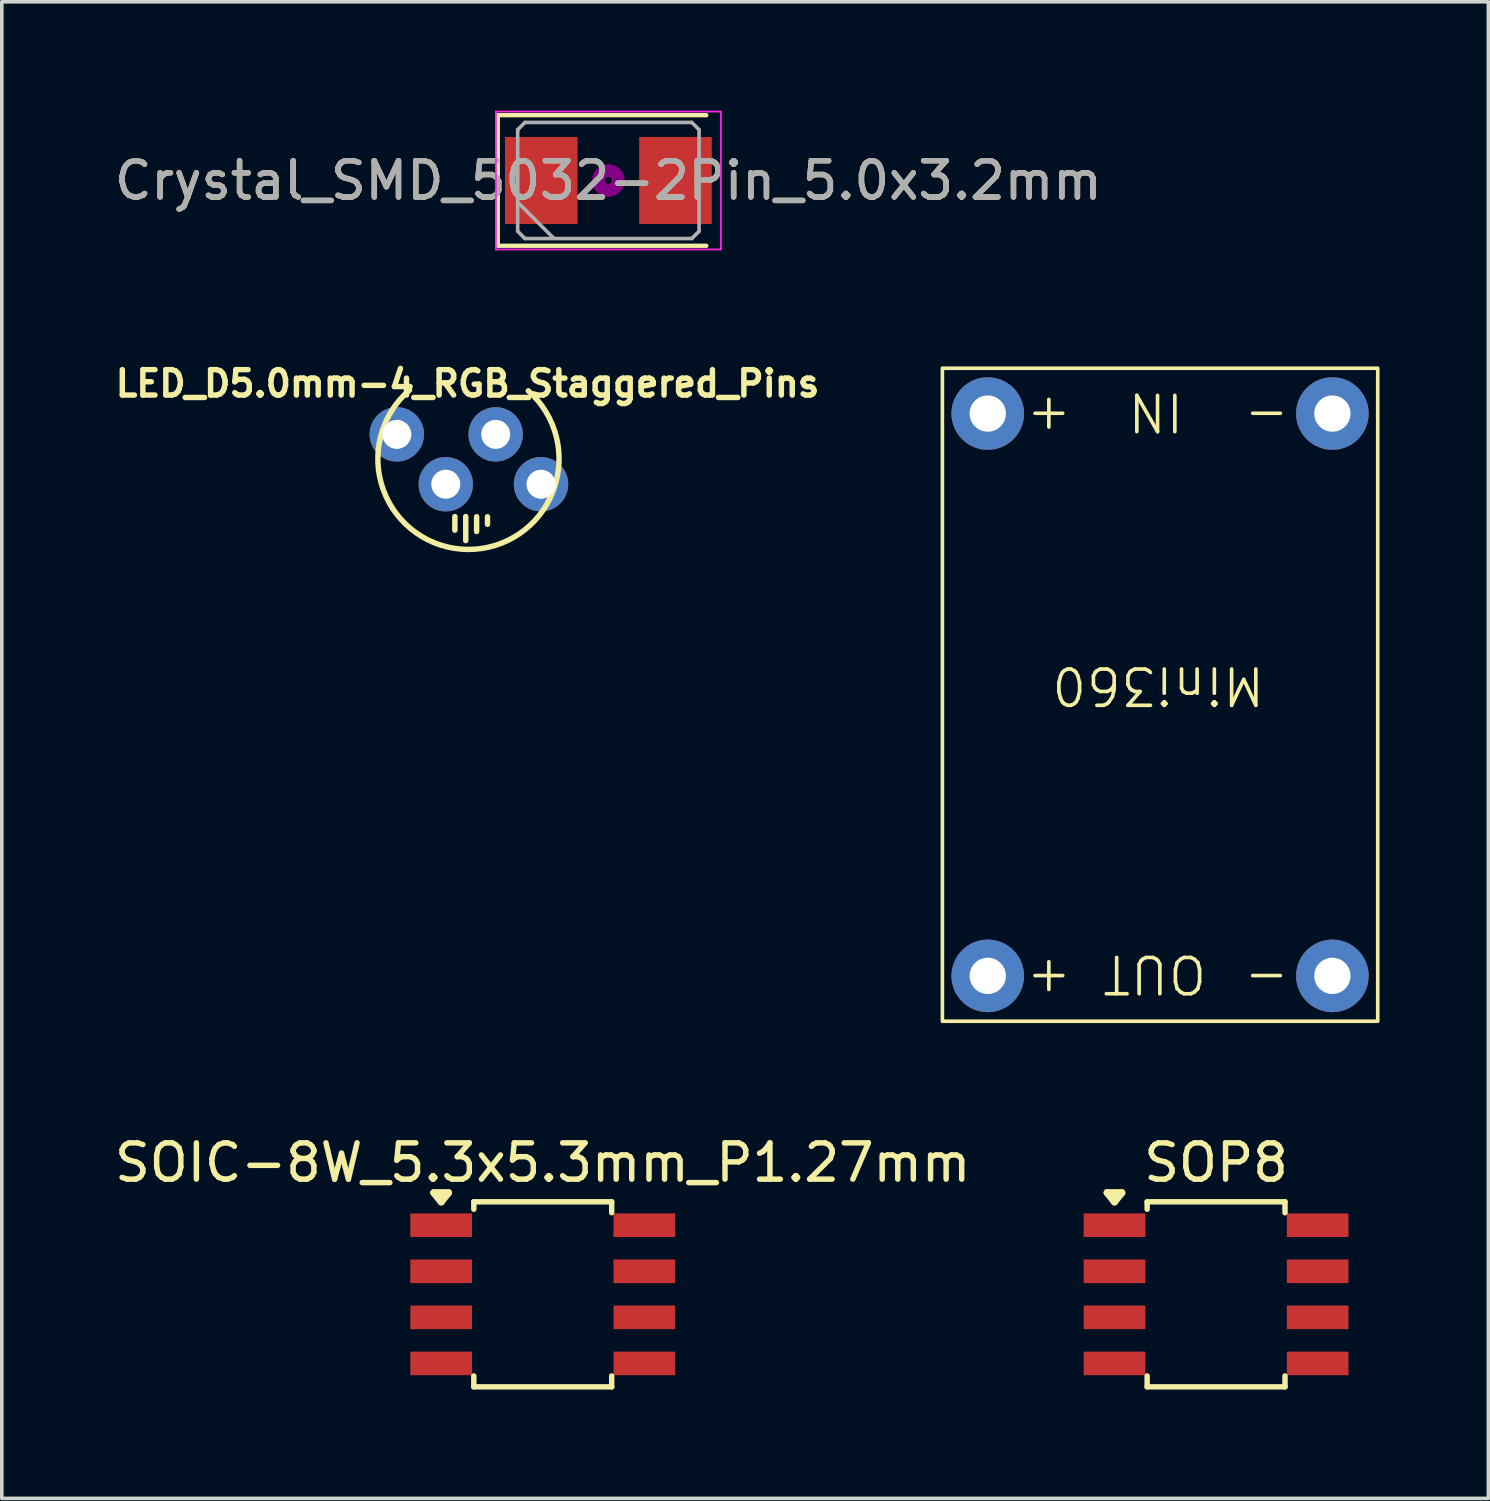
<source format=kicad_pcb>
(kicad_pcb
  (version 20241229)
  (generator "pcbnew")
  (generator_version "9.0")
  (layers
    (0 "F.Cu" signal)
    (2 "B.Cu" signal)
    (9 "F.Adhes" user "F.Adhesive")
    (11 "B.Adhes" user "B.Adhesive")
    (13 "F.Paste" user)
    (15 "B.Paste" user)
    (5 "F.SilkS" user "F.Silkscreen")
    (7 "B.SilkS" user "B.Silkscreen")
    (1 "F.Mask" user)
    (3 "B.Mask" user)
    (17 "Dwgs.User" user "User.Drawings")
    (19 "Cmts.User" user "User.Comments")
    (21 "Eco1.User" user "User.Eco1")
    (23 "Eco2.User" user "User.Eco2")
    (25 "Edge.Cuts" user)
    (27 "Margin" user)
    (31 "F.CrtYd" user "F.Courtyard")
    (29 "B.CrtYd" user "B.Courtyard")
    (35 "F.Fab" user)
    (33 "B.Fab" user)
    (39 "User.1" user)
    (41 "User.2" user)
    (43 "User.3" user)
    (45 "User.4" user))
  (footprint "Mini360"
    (layer "F.Cu")
    (at 22.927 7.1)
    (property "Reference" "Mini360" (at 5.949 8.749 180) (unlocked yes) (layer "F.SilkS") (effects (font (size 1 1) (thickness 0.1))))
    (attr through_hole)
    (fp_rect (start 0 0) (end 12 18) (stroke (width 0.1) (type default)) (fill no) (layer "F.SilkS"))
    (fp_text user "+" (at 2.25 1.75 0) (unlocked yes) (layer "F.SilkS") (effects (font (size 1 1) (thickness 0.1)) (justify left bottom)))
    (fp_text user "-" (at 8.25 17.25 0) (unlocked yes) (layer "F.SilkS") (effects (font (size 1 1) (thickness 0.1)) (justify left bottom)))
    (fp_text user "+" (at 2.25 17.25 0) (unlocked yes) (layer "F.SilkS") (effects (font (size 1 1) (thickness 0.1)) (justify left bottom)))
    (fp_text user "-" (at 8.25 1.75 0) (unlocked yes) (layer "F.SilkS") (effects (font (size 1 1) (thickness 0.1)) (justify left bottom)))
    (fp_text user "OUT" (at 7.346 16.115 180) (unlocked yes) (layer "F.SilkS") (effects (font (size 1 1) (thickness 0.1)) (justify left bottom)))
    (fp_text user "IN" (at 6.711 0.621 180) (unlocked yes) (layer "F.SilkS") (effects (font (size 1 1) (thickness 0.1)) (justify left bottom)))
    (pad "1" thru_hole circle (at 1.25 1.25) (size 2 2) (drill 1) (layers "*.Cu" "*.Mask"))
    (pad "2" thru_hole circle (at 10.75 1.25) (size 2 2) (drill 1) (layers "*.Cu" "*.Mask"))
    (pad "3" thru_hole circle (at 1.25 16.75) (size 2 2) (drill 1) (layers "*.Cu" "*.Mask"))
    (pad "4" thru_hole circle (at 10.75 16.75) (size 2 2) (drill 1) (layers "*.Cu" "*.Mask")))
  (footprint "SOIC-8W_5.3x5.3mm_P1.27mm"
    (layer "F.Cu")
    (at 11.911 32.678)
    (property "Reference" "SOIC-8W_5.3x5.3mm_P1.27mm" (at 0 -3.68 180) (layer "F.SilkS") (effects (font (size 1 1) (thickness 0.15))))
    (attr smd)
    (fp_line (start -2.8 -2.6) (end -3 -2.85) (stroke (width 0.2) (type solid)) (layer "F.SilkS"))
    (fp_line (start -2.8 -2.6) (end -2.6 -2.85) (stroke (width 0.2) (type solid)) (layer "F.SilkS"))
    (fp_line (start -2.6 -2.85) (end -3 -2.85) (stroke (width 0.2) (type default)) (layer "F.SilkS"))
    (fp_line (start -1.9 -2.6) (end -1.9 -2.395) (stroke (width 0.15) (type solid)) (layer "F.SilkS"))
    (fp_line (start -1.9 -2.6) (end 1.9 -2.6) (stroke (width 0.15) (type solid)) (layer "F.SilkS"))
    (fp_line (start -1.9 2.5) (end -1.9 2.2) (stroke (width 0.15) (type solid)) (layer "F.SilkS"))
    (fp_line (start -1.9 2.5) (end 1.9 2.5) (stroke (width 0.15) (type solid)) (layer "F.SilkS"))
    (fp_line (start 1.9 -2.6) (end 1.9 -2.3) (stroke (width 0.15) (type solid)) (layer "F.SilkS"))
    (fp_line (start 1.9 2.5) (end 1.9 2.2) (stroke (width 0.15) (type solid)) (layer "F.SilkS"))
    (pad "1" smd rect (at -2.8 -1.955) (size 1.7 0.65) (layers "F.Cu" "F.Mask" "F.Paste"))
    (pad "2" smd rect (at -2.8 -0.685) (size 1.7 0.65) (layers "F.Cu" "F.Mask" "F.Paste"))
    (pad "3" smd rect (at -2.8 0.585) (size 1.7 0.65) (layers "F.Cu" "F.Mask" "F.Paste"))
    (pad "4" smd rect (at -2.8 1.855) (size 1.7 0.65) (layers "F.Cu" "F.Mask" "F.Paste"))
    (pad "5" smd rect (at 2.8 1.855) (size 1.7 0.65) (layers "F.Cu" "F.Mask" "F.Paste"))
    (pad "6" smd rect (at 2.8 0.585) (size 1.7 0.65) (layers "F.Cu" "F.Mask" "F.Paste"))
    (pad "7" smd rect (at 2.8 -0.685) (size 1.7 0.65) (layers "F.Cu" "F.Mask" "F.Paste"))
    (pad "8" smd rect (at 2.8 -1.955) (size 1.7 0.65) (layers "F.Cu" "F.Mask" "F.Paste")))
  (footprint "SOP8"
    (layer "F.Cu")
    (at 30.471 32.678)
    (property "Reference" "SOP8" (at 0 -3.68 0) (layer "F.SilkS") (effects (font (size 1 1) (thickness 0.15))))
    (attr smd)
    (fp_line (start -2.8 -2.6) (end -3 -2.85) (stroke (width 0.2) (type solid)) (layer "F.SilkS"))
    (fp_line (start -2.8 -2.6) (end -2.6 -2.85) (stroke (width 0.2) (type solid)) (layer "F.SilkS"))
    (fp_line (start -2.6 -2.85) (end -3 -2.85) (stroke (width 0.2) (type default)) (layer "F.SilkS"))
    (fp_line (start -1.9 -2.6) (end -1.9 -2.395) (stroke (width 0.15) (type solid)) (layer "F.SilkS"))
    (fp_line (start -1.9 -2.6) (end 1.9 -2.6) (stroke (width 0.15) (type solid)) (layer "F.SilkS"))
    (fp_line (start -1.9 2.5) (end -1.9 2.2) (stroke (width 0.15) (type solid)) (layer "F.SilkS"))
    (fp_line (start -1.9 2.5) (end 1.9 2.5) (stroke (width 0.15) (type solid)) (layer "F.SilkS"))
    (fp_line (start 1.9 -2.6) (end 1.9 -2.3) (stroke (width 0.15) (type solid)) (layer "F.SilkS"))
    (fp_line (start 1.9 2.5) (end 1.9 2.2) (stroke (width 0.15) (type solid)) (layer "F.SilkS"))
    (pad "1" smd rect (at -2.8 -1.955) (size 1.7 0.65) (layers "F.Cu" "F.Mask" "F.Paste"))
    (pad "2" smd rect (at -2.8 -0.685) (size 1.7 0.65) (layers "F.Cu" "F.Mask" "F.Paste"))
    (pad "3" smd rect (at -2.8 0.585) (size 1.7 0.65) (layers "F.Cu" "F.Mask" "F.Paste"))
    (pad "4" smd rect (at -2.8 1.855) (size 1.7 0.65) (layers "F.Cu" "F.Mask" "F.Paste"))
    (pad "5" smd rect (at 2.8 1.855) (size 1.7 0.65) (layers "F.Cu" "F.Mask" "F.Paste"))
    (pad "6" smd rect (at 2.8 0.585) (size 1.7 0.65) (layers "F.Cu" "F.Mask" "F.Paste"))
    (pad "7" smd rect (at 2.8 -0.685) (size 1.7 0.65) (layers "F.Cu" "F.Mask" "F.Paste"))
    (pad "8" smd rect (at 2.8 -1.955) (size 1.7 0.65) (layers "F.Cu" "F.Mask" "F.Paste")))
  (footprint "Crystal_SMD_5032-2Pin_5.0x3.2mm"
    (layer "F.Cu")
    (at 13.72 1.925)
    (property "Reference" "Crystal_SMD_5032-2Pin_5.0x3.2mm" (at 0 0 0) (layer "F.SilkS") (effects (font (size 1 1) (thickness 0.15))))
    (attr smd)
    (fp_line (start -3.05 -1.8) (end -3.05 1.8) (stroke (width 0.12) (type solid)) (layer "F.SilkS"))
    (fp_line (start -3.05 1.8) (end 2.7 1.8) (stroke (width 0.12) (type solid)) (layer "F.SilkS"))
    (fp_line (start 2.7 -1.8) (end -3.05 -1.8) (stroke (width 0.12) (type solid)) (layer "F.SilkS"))
    (fp_circle (center 0 0) (end 0.093 0) (stroke (width 0.187) (type solid)) (fill no) (layer "F.Adhes"))
    (fp_circle (center 0 0) (end 0.213 0) (stroke (width 0.133) (type solid)) (fill no) (layer "F.Adhes"))
    (fp_circle (center 0 0) (end 0.333 0) (stroke (width 0.133) (type solid)) (fill no) (layer "F.Adhes"))
    (fp_circle (center 0 0) (end 0.4 0) (stroke (width 0.1) (type solid)) (fill no) (layer "F.Adhes"))
    (fp_line (start -3.1 -1.9) (end -3.1 1.9) (stroke (width 0.05) (type solid)) (layer "F.CrtYd"))
    (fp_line (start -3.1 1.9) (end 3.1 1.9) (stroke (width 0.05) (type solid)) (layer "F.CrtYd"))
    (fp_line (start 3.1 -1.9) (end -3.1 -1.9) (stroke (width 0.05) (type solid)) (layer "F.CrtYd"))
    (fp_line (start 3.1 1.9) (end 3.1 -1.9) (stroke (width 0.05) (type solid)) (layer "F.CrtYd"))
    (fp_line (start -2.5 -1.4) (end -2.3 -1.6) (stroke (width 0.1) (type solid)) (layer "F.Fab"))
    (fp_line (start -2.5 0.6) (end -1.5 1.6) (stroke (width 0.1) (type solid)) (layer "F.Fab"))
    (fp_line (start -2.5 1.4) (end -2.5 -1.4) (stroke (width 0.1) (type solid)) (layer "F.Fab"))
    (fp_line (start -2.3 -1.6) (end 2.3 -1.6) (stroke (width 0.1) (type solid)) (layer "F.Fab"))
    (fp_line (start -2.3 1.6) (end -2.5 1.4) (stroke (width 0.1) (type solid)) (layer "F.Fab"))
    (fp_line (start 2.3 -1.6) (end 2.5 -1.4) (stroke (width 0.1) (type solid)) (layer "F.Fab"))
    (fp_line (start 2.3 1.6) (end -2.3 1.6) (stroke (width 0.1) (type solid)) (layer "F.Fab"))
    (fp_line (start 2.5 -1.4) (end 2.5 1.4) (stroke (width 0.1) (type solid)) (layer "F.Fab"))
    (fp_line (start 2.5 1.4) (end 2.3 1.6) (stroke (width 0.1) (type solid)) (layer "F.Fab"))
    (fp_text user "${REFERENCE}" (at 0 0 0) (layer "F.Fab") (effects (font (size 1 1) (thickness 0.15))))
    (pad "1" smd rect (at -1.85 0) (size 2 2.4) (layers "F.Cu" "F.Mask" "F.Paste"))
    (pad "2" smd rect (at 1.85 0) (size 2 2.4) (layers "F.Cu" "F.Mask" "F.Paste")))
  (footprint "LED_D5.0mm-4_RGB_Staggered_Pins"
    (layer "F.Cu")
    (at 9.938 9.623)
    (property "Reference" "LED_D5.0mm-4_RGB_Staggered_Pins" (at -0.1 -2.1 0) (layer "F.SilkS") (effects (font (size 0.7 0.7) (thickness 0.15))))
    (attr through_hole)
    (fp_line (start -0.45 1.566) (end -0.45 1.941) (stroke (width 0.15) (type default)) (layer "F.SilkS"))
    (fp_line (start -0.15 1.566) (end -0.15 2.228) (stroke (width 0.15) (type default)) (layer "F.SilkS"))
    (fp_line (start 0.15 1.572) (end 0.15 1.978) (stroke (width 0.15) (type default)) (layer "F.SilkS"))
    (fp_line (start 0.45 1.572) (end 0.45 1.778) (stroke (width 0.15) (type default)) (layer "F.SilkS"))
    (fp_arc (start 1.574999 -1.899999) (mid -0.092624 2.47256) (end -1.698375 -1.923098) (stroke (width 0.15) (type default)) (layer "F.SilkS"))
    (pad "1" thru_hole circle (at -2.05 -0.7) (size 1.5 1.5) (drill 0.8) (layers "*.Cu" "*.Mask"))
    (pad "2" thru_hole circle (at -0.7 0.675) (size 1.5 1.5) (drill 0.8) (layers "*.Cu" "*.Mask"))
    (pad "3" thru_hole circle (at 0.675 -0.7) (size 1.5 1.5) (drill 0.8) (layers "*.Cu" "*.Mask"))
    (pad "4" thru_hole circle (at 1.925 0.675) (size 1.5 1.5) (drill 0.8) (layers "*.Cu" "*.Mask")))
  (gr_rect
    (start -3 -3)
    (end 37.977 38.253)
    (stroke (width 0.1) (type default))
    (fill no)
    (layer "Edge.Cuts")))
</source>
